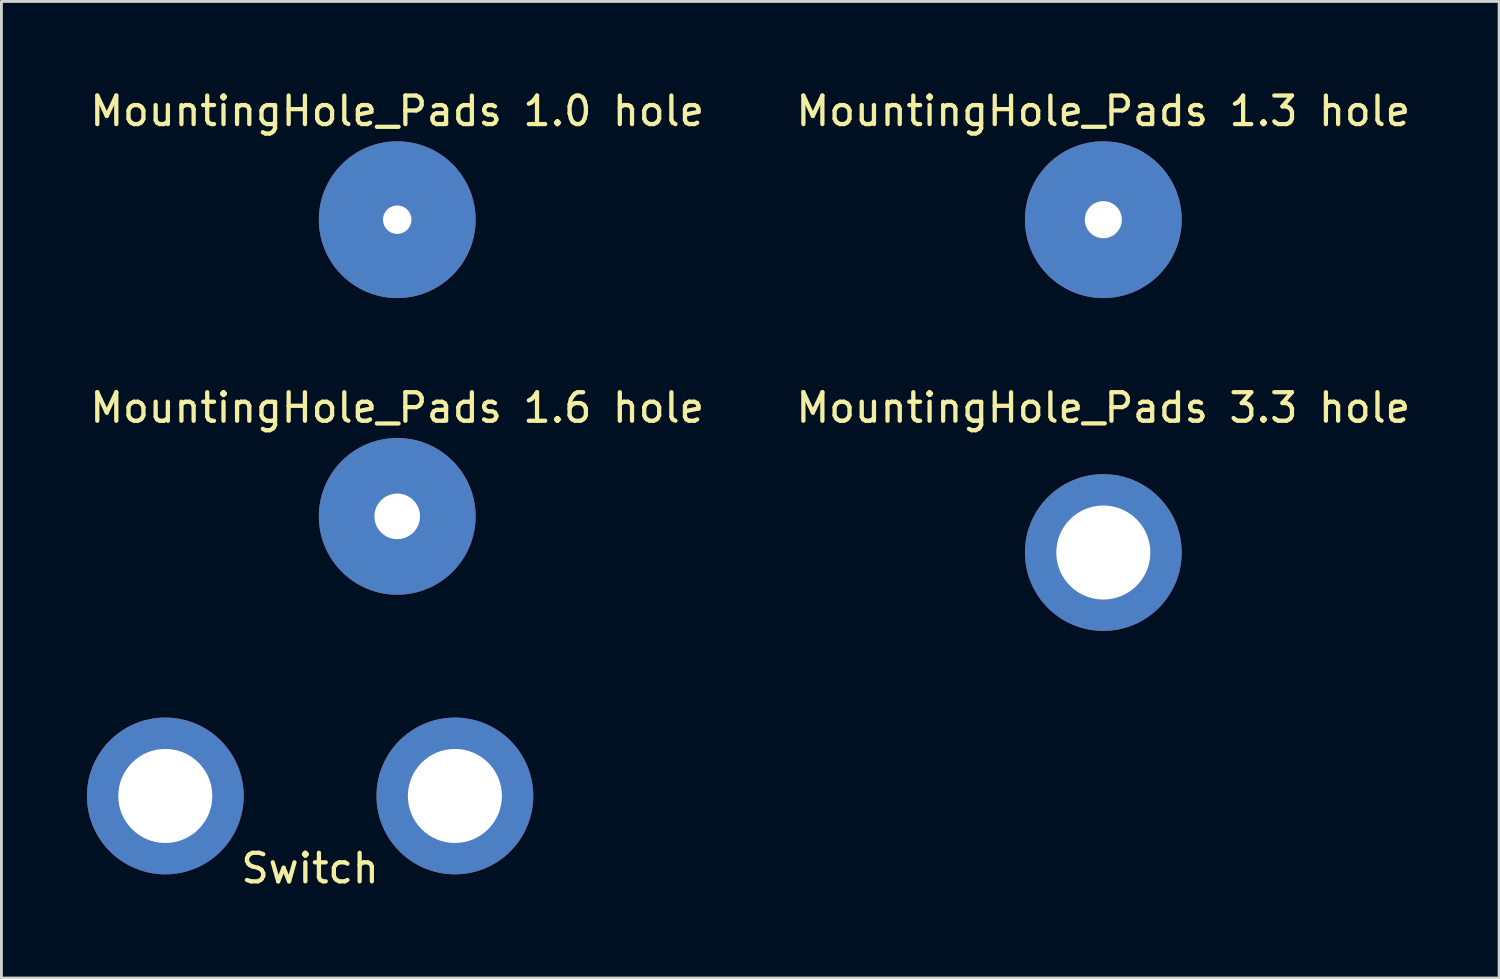
<source format=kicad_pcb>
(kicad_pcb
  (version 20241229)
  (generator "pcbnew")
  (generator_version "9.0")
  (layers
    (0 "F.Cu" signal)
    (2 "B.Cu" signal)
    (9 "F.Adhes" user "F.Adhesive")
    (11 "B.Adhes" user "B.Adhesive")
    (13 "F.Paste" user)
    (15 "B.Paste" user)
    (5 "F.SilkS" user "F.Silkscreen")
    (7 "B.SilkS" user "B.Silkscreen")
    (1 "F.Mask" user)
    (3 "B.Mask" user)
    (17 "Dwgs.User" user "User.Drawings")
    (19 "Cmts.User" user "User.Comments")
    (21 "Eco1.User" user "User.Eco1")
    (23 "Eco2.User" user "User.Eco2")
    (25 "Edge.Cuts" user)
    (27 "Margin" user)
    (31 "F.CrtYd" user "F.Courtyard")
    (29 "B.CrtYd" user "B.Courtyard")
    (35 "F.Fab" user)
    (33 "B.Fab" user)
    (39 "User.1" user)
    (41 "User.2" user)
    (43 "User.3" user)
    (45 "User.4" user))
  (footprint "MountingHole_Pads 1.0 hole"
    (layer "F.Cu")
    (at 10.887 0.848)
    (property "Reference" "MountingHole_Pads 1.0 hole" (at 0 0 0) (layer "F.SilkS") (effects (font (size 1 1) (thickness 0.15))))
    (attr through_hole)
    (pad "3" thru_hole circle (at 0 3.81) (size 5.5 5.5) (drill 1) (layers "*.Cu" "*.Mask")))
  (footprint "MountingHole_Pads 1.3 hole"
    (layer "F.Cu")
    (at 35.661 0.848)
    (property "Reference" "MountingHole_Pads 1.3 hole" (at 0 0 0) (layer "F.SilkS") (effects (font (size 1 1) (thickness 0.15))))
    (attr through_hole)
    (pad "2" thru_hole circle (at 0 3.81) (size 5.5 5.5) (drill 1.3) (layers "*.Cu" "*.Mask")))
  (footprint "MountingHole_Pads 3.3 hole"
    (layer "F.Cu")
    (at 35.661 13.796)
    (property "Reference" "MountingHole_Pads 3.3 hole" (at 0 -2.54 0) (layer "F.SilkS") (effects (font (size 1 1) (thickness 0.15))))
    (attr through_hole)
    (pad "1" thru_hole circle (at 0 2.54) (size 5.5 5.5) (drill 3.3) (layers "*.Cu" "B.Mask")))
  (footprint "Switch"
    (layer "F.Cu")
    (at 4.02 22.337)
    (property "Reference" "Switch" (at 3.81 5.08 0) (layer "F.SilkS") (effects (font (size 1 1) (thickness 0.15))))
    (attr through_hole)
    (pad "1" thru_hole circle (at -1.27 2.54) (size 5.5 5.5) (drill 3.3) (layers "*.Cu" "*.Mask"))
    (pad "2" thru_hole circle (at 8.89 2.54) (size 5.5 5.5) (drill 3.3) (layers "*.Cu" "*.Mask")))
  (footprint "MountingHole_Pads 1.6 hole"
    (layer "F.Cu")
    (at 10.887 11.257)
    (property "Reference" "MountingHole_Pads 1.6 hole" (at 0 0 0) (layer "F.SilkS") (effects (font (size 1 1) (thickness 0.15))))
    (attr through_hole)
    (pad "1" thru_hole circle (at 0 3.81) (size 5.5 5.5) (drill 1.6) (layers "*.Cu" "*.Mask")))
  (gr_rect
    (start -3 -3)
    (end 49.548 31.265)
    (stroke (width 0.1) (type default))
    (fill no)
    (layer "Edge.Cuts")))
</source>
